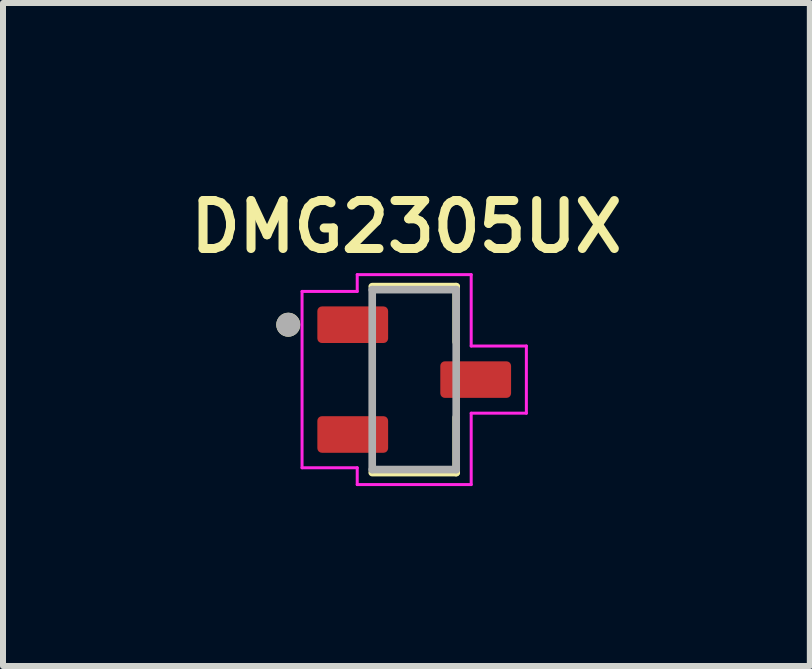
<source format=kicad_pcb>
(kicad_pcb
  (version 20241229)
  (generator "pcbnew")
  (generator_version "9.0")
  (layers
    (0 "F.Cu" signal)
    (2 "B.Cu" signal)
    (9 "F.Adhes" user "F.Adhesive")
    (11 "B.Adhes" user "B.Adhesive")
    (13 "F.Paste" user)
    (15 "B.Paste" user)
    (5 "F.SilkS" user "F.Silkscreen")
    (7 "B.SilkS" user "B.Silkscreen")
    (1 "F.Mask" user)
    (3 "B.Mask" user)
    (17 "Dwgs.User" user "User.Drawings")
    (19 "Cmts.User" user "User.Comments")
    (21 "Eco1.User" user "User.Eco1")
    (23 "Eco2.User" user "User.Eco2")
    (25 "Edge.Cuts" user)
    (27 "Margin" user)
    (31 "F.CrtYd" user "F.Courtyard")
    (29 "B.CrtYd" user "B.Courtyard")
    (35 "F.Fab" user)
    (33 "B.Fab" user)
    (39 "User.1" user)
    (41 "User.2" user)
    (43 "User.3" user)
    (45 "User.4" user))
  (footprint "DMG2305UX"
    (layer "F.Cu")
    (at 3.856 3.279)
    (property "Reference" "DMG2305UX" (at -0.13 -2.548 0) (layer "F.SilkS") (effects (font (size 0.8 0.8) (thickness 0.15))))
    (attr smd)
    (fp_line (start -0.7 -1.55) (end 0.7 -1.55) (stroke (width 0.127) (type solid)) (layer "F.SilkS"))
    (fp_line (start 0.7 -1.55) (end 0.7 -0.63) (stroke (width 0.127) (type solid)) (layer "F.SilkS"))
    (fp_line (start 0.7 0.63) (end 0.7 1.55) (stroke (width 0.127) (type solid)) (layer "F.SilkS"))
    (fp_line (start 0.7 1.55) (end -0.7 1.55) (stroke (width 0.127) (type solid)) (layer "F.SilkS"))
    (fp_circle (center -2.1 -0.915) (end -2 -0.915) (stroke (width 0.2) (type solid)) (fill no) (layer "F.SilkS"))
    (fp_line (start -1.87 -1.47) (end -0.95 -1.47) (stroke (width 0.05) (type solid)) (layer "F.CrtYd"))
    (fp_line (start -1.87 1.47) (end -1.87 -1.47) (stroke (width 0.05) (type solid)) (layer "F.CrtYd"))
    (fp_line (start -0.95 -1.75) (end 0.95 -1.75) (stroke (width 0.05) (type solid)) (layer "F.CrtYd"))
    (fp_line (start -0.95 -1.47) (end -0.95 -1.75) (stroke (width 0.05) (type solid)) (layer "F.CrtYd"))
    (fp_line (start -0.95 1.47) (end -1.87 1.47) (stroke (width 0.05) (type solid)) (layer "F.CrtYd"))
    (fp_line (start -0.95 1.75) (end -0.95 1.47) (stroke (width 0.05) (type solid)) (layer "F.CrtYd"))
    (fp_line (start 0.95 -1.75) (end 0.95 -0.56) (stroke (width 0.05) (type solid)) (layer "F.CrtYd"))
    (fp_line (start 0.95 -0.56) (end 1.87 -0.56) (stroke (width 0.05) (type solid)) (layer "F.CrtYd"))
    (fp_line (start 0.95 0.56) (end 0.95 1.75) (stroke (width 0.05) (type solid)) (layer "F.CrtYd"))
    (fp_line (start 0.95 1.75) (end -0.95 1.75) (stroke (width 0.05) (type solid)) (layer "F.CrtYd"))
    (fp_line (start 1.87 -0.56) (end 1.87 0.56) (stroke (width 0.05) (type solid)) (layer "F.CrtYd"))
    (fp_line (start 1.87 0.56) (end 0.95 0.56) (stroke (width 0.05) (type solid)) (layer "F.CrtYd"))
    (fp_line (start -0.7 -1.5) (end 0.7 -1.5) (stroke (width 0.127) (type solid)) (layer "F.Fab"))
    (fp_line (start -0.7 1.5) (end -0.7 -1.5) (stroke (width 0.127) (type solid)) (layer "F.Fab"))
    (fp_line (start 0.7 -1.5) (end 0.7 1.5) (stroke (width 0.127) (type solid)) (layer "F.Fab"))
    (fp_line (start 0.7 1.5) (end -0.7 1.5) (stroke (width 0.127) (type solid)) (layer "F.Fab"))
    (fp_circle (center -2.1 -0.915) (end -2 -0.915) (stroke (width 0.2) (type solid)) (fill no) (layer "F.Fab"))
    (pad "1" smd roundrect (at -1.025 -0.915) (size 1.18 0.61) (layers "F.Cu" "F.Mask" "F.Paste") (roundrect_rratio 0.125))
    (pad "2" smd roundrect (at -1.025 0.915) (size 1.18 0.61) (layers "F.Cu" "F.Mask" "F.Paste") (roundrect_rratio 0.125))
    (pad "3" smd roundrect (at 1.025 0) (size 1.18 0.61) (layers "F.Cu" "F.Mask" "F.Paste") (roundrect_rratio 0.125)))
  (gr_rect
    (start -3 -3)
    (end 10.452 8.054)
    (stroke (width 0.1) (type default))
    (fill no)
    (layer "Edge.Cuts")))
</source>
